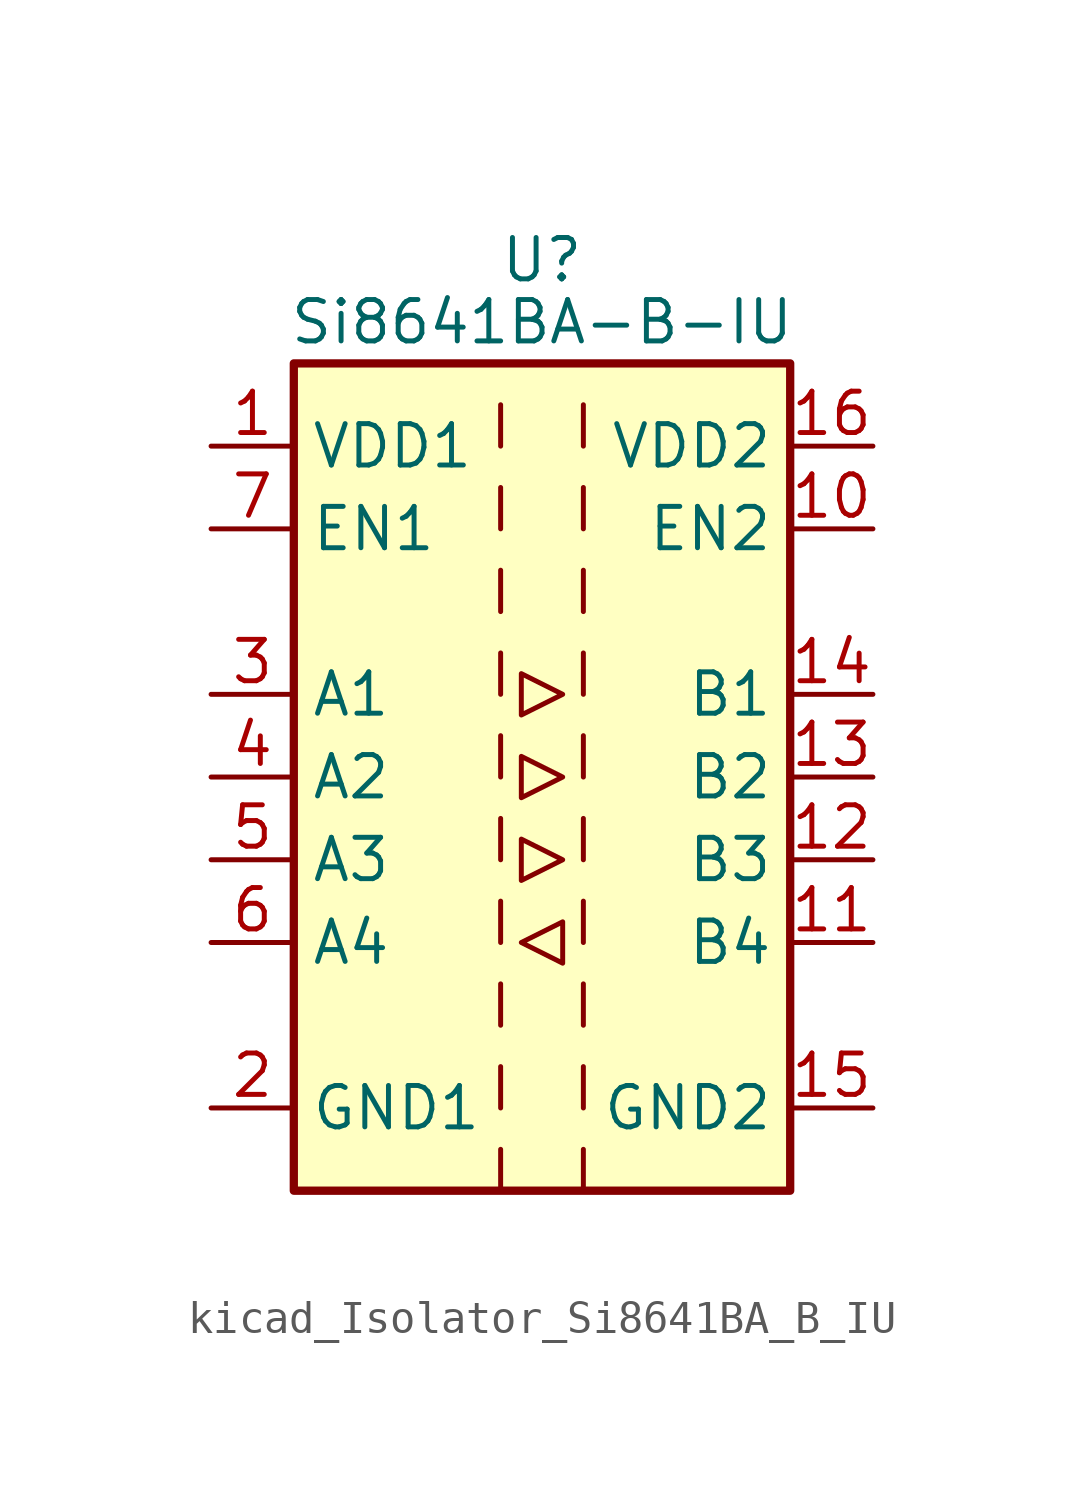
<source format=kicad_sym>
(kicad_symbol_lib
  (version 20220914)
  (generator kicad_symbol_editor)
  (symbol "kicad_Isolator_Si8641BA_B_IU"
    (property "Reference" "U"
      (at 0 15.875 0)
      (effects (font (size 1.27 1.27))))
    (property "Value" "Si8641BA-B-IU"
      (at 0 13.97 0)
      (effects (font (size 1.27 1.27))))
    (symbol "kicad_Isolator_Si8641BA_B_IU_0_1"
      (rectangle (start -7.62 12.7) (end 7.62 -12.7) (stroke (width 0.254) (type default)) (fill (type background)))
      (polyline (pts (xy -1.27 -11.43) (xy -1.27 -12.7)) (stroke (width 0) (type default)) (fill (type none)))
      (polyline (pts (xy -1.27 -8.89) (xy -1.27 -10.16)) (stroke (width 0) (type default)) (fill (type none)))
      (polyline (pts (xy -1.27 -6.35) (xy -1.27 -7.62)) (stroke (width 0) (type default)) (fill (type none)))
      (polyline (pts (xy -1.27 -3.81) (xy -1.27 -5.08)) (stroke (width 0) (type default)) (fill (type none)))
      (polyline (pts (xy -1.27 -1.27) (xy -1.27 -2.54)) (stroke (width 0) (type default)) (fill (type none)))
      (polyline (pts (xy -1.27 1.27) (xy -1.27 0)) (stroke (width 0) (type default)) (fill (type none)))
      (polyline (pts (xy -1.27 3.81) (xy -1.27 2.54)) (stroke (width 0) (type default)) (fill (type none)))
      (polyline (pts (xy -1.27 6.35) (xy -1.27 5.08)) (stroke (width 0) (type default)) (fill (type none)))
      (polyline (pts (xy -1.27 8.89) (xy -1.27 7.62)) (stroke (width 0) (type default)) (fill (type none)))
      (polyline (pts (xy -1.27 11.43) (xy -1.27 10.16)) (stroke (width 0) (type default)) (fill (type none)))
      (polyline (pts (xy 1.27 -11.43) (xy 1.27 -12.7)) (stroke (width 0) (type default)) (fill (type none)))
      (polyline (pts (xy 1.27 -8.89) (xy 1.27 -10.16)) (stroke (width 0) (type default)) (fill (type none)))
      (polyline (pts (xy 1.27 -6.35) (xy 1.27 -7.62)) (stroke (width 0) (type default)) (fill (type none)))
      (polyline (pts (xy 1.27 -3.81) (xy 1.27 -5.08)) (stroke (width 0) (type default)) (fill (type none)))
      (polyline (pts (xy 1.27 -1.27) (xy 1.27 -2.54)) (stroke (width 0) (type default)) (fill (type none)))
      (polyline (pts (xy 1.27 1.27) (xy 1.27 0)) (stroke (width 0) (type default)) (fill (type none)))
      (polyline (pts (xy 1.27 3.81) (xy 1.27 2.54)) (stroke (width 0) (type default)) (fill (type none)))
      (polyline (pts (xy 1.27 6.35) (xy 1.27 5.08)) (stroke (width 0) (type default)) (fill (type none)))
      (polyline (pts (xy 1.27 8.89) (xy 1.27 7.62)) (stroke (width 0) (type default)) (fill (type none)))
      (polyline (pts (xy 1.27 11.43) (xy 1.27 10.16)) (stroke (width 0) (type default)) (fill (type none)))
      (polyline (pts (xy -0.635 -5.08) (xy 0.635 -4.445) (xy 0.635 -5.715) (xy -0.635 -5.08)) (stroke (width 0) (type default)) (fill (type none)))
      (polyline (pts (xy -0.635 0.635) (xy -0.635 -0.635) (xy 0.635 0) (xy -0.635 0.635)) (stroke (width 0) (type default)) (fill (type none)))
      (polyline (pts (xy -0.635 3.175) (xy -0.635 1.905) (xy 0.635 2.54) (xy -0.635 3.175)) (stroke (width 0) (type default)) (fill (type none)))
      (polyline (pts (xy 0.635 -2.54) (xy -0.635 -1.905) (xy -0.635 -3.175) (xy 0.635 -2.54)) (stroke (width 0) (type default)) (fill (type none))))
    (symbol "kicad_Isolator_Si8641BA_B_IU_1_1"
      (pin power_in line (at -10.16 10.16 0) (length 2.54) (name "VDD1" (effects (font (size 1.27 1.27)))) (number "1" (effects (font (size 1.27 1.27)))))
      (pin input line (at 10.16 7.62 180) (length 2.54) (name "EN2" (effects (font (size 1.27 1.27)))) (number "10" (effects (font (size 1.27 1.27)))))
      (pin input line (at 10.16 -5.08 180) (length 2.54) (name "B4" (effects (font (size 1.27 1.27)))) (number "11" (effects (font (size 1.27 1.27)))))
      (pin output line (at 10.16 -2.54 180) (length 2.54) (name "B3" (effects (font (size 1.27 1.27)))) (number "12" (effects (font (size 1.27 1.27)))))
      (pin output line (at 10.16 0 180) (length 2.54) (name "B2" (effects (font (size 1.27 1.27)))) (number "13" (effects (font (size 1.27 1.27)))))
      (pin output line (at 10.16 2.54 180) (length 2.54) (name "B1" (effects (font (size 1.27 1.27)))) (number "14" (effects (font (size 1.27 1.27)))))
      (pin power_in line (at 10.16 -10.16 180) (length 2.54) (name "GND2" (effects (font (size 1.27 1.27)))) (number "15" (effects (font (size 1.27 1.27)))))
      (pin power_in line (at 10.16 10.16 180) (length 2.54) (name "VDD2" (effects (font (size 1.27 1.27)))) (number "16" (effects (font (size 1.27 1.27)))))
      (pin power_in line (at -10.16 -10.16 0) (length 2.54) (name "GND1" (effects (font (size 1.27 1.27)))) (number "2" (effects (font (size 1.27 1.27)))))
      (pin input line (at -10.16 2.54 0) (length 2.54) (name "A1" (effects (font (size 1.27 1.27)))) (number "3" (effects (font (size 1.27 1.27)))))
      (pin input line (at -10.16 0 0) (length 2.54) (name "A2" (effects (font (size 1.27 1.27)))) (number "4" (effects (font (size 1.27 1.27)))))
      (pin input line (at -10.16 -2.54 0) (length 2.54) (name "A3" (effects (font (size 1.27 1.27)))) (number "5" (effects (font (size 1.27 1.27)))))
      (pin output line (at -10.16 -5.08 0) (length 2.54) (name "A4" (effects (font (size 1.27 1.27)))) (number "6" (effects (font (size 1.27 1.27)))))
      (pin input line (at -10.16 7.62 0) (length 2.54) (name "EN1" (effects (font (size 1.27 1.27)))) (number "7" (effects (font (size 1.27 1.27)))))
      (pin passive line (at -10.16 -10.16 0) (length 2.54) hide (name "GND1" (effects (font (size 1.27 1.27)))) (number "8" (effects (font (size 1.27 1.27)))))
      (pin passive line (at 10.16 -10.16 180) (length 2.54) hide (name "GND2" (effects (font (size 1.27 1.27)))) (number "9" (effects (font (size 1.27 1.27))))))))
</source>
